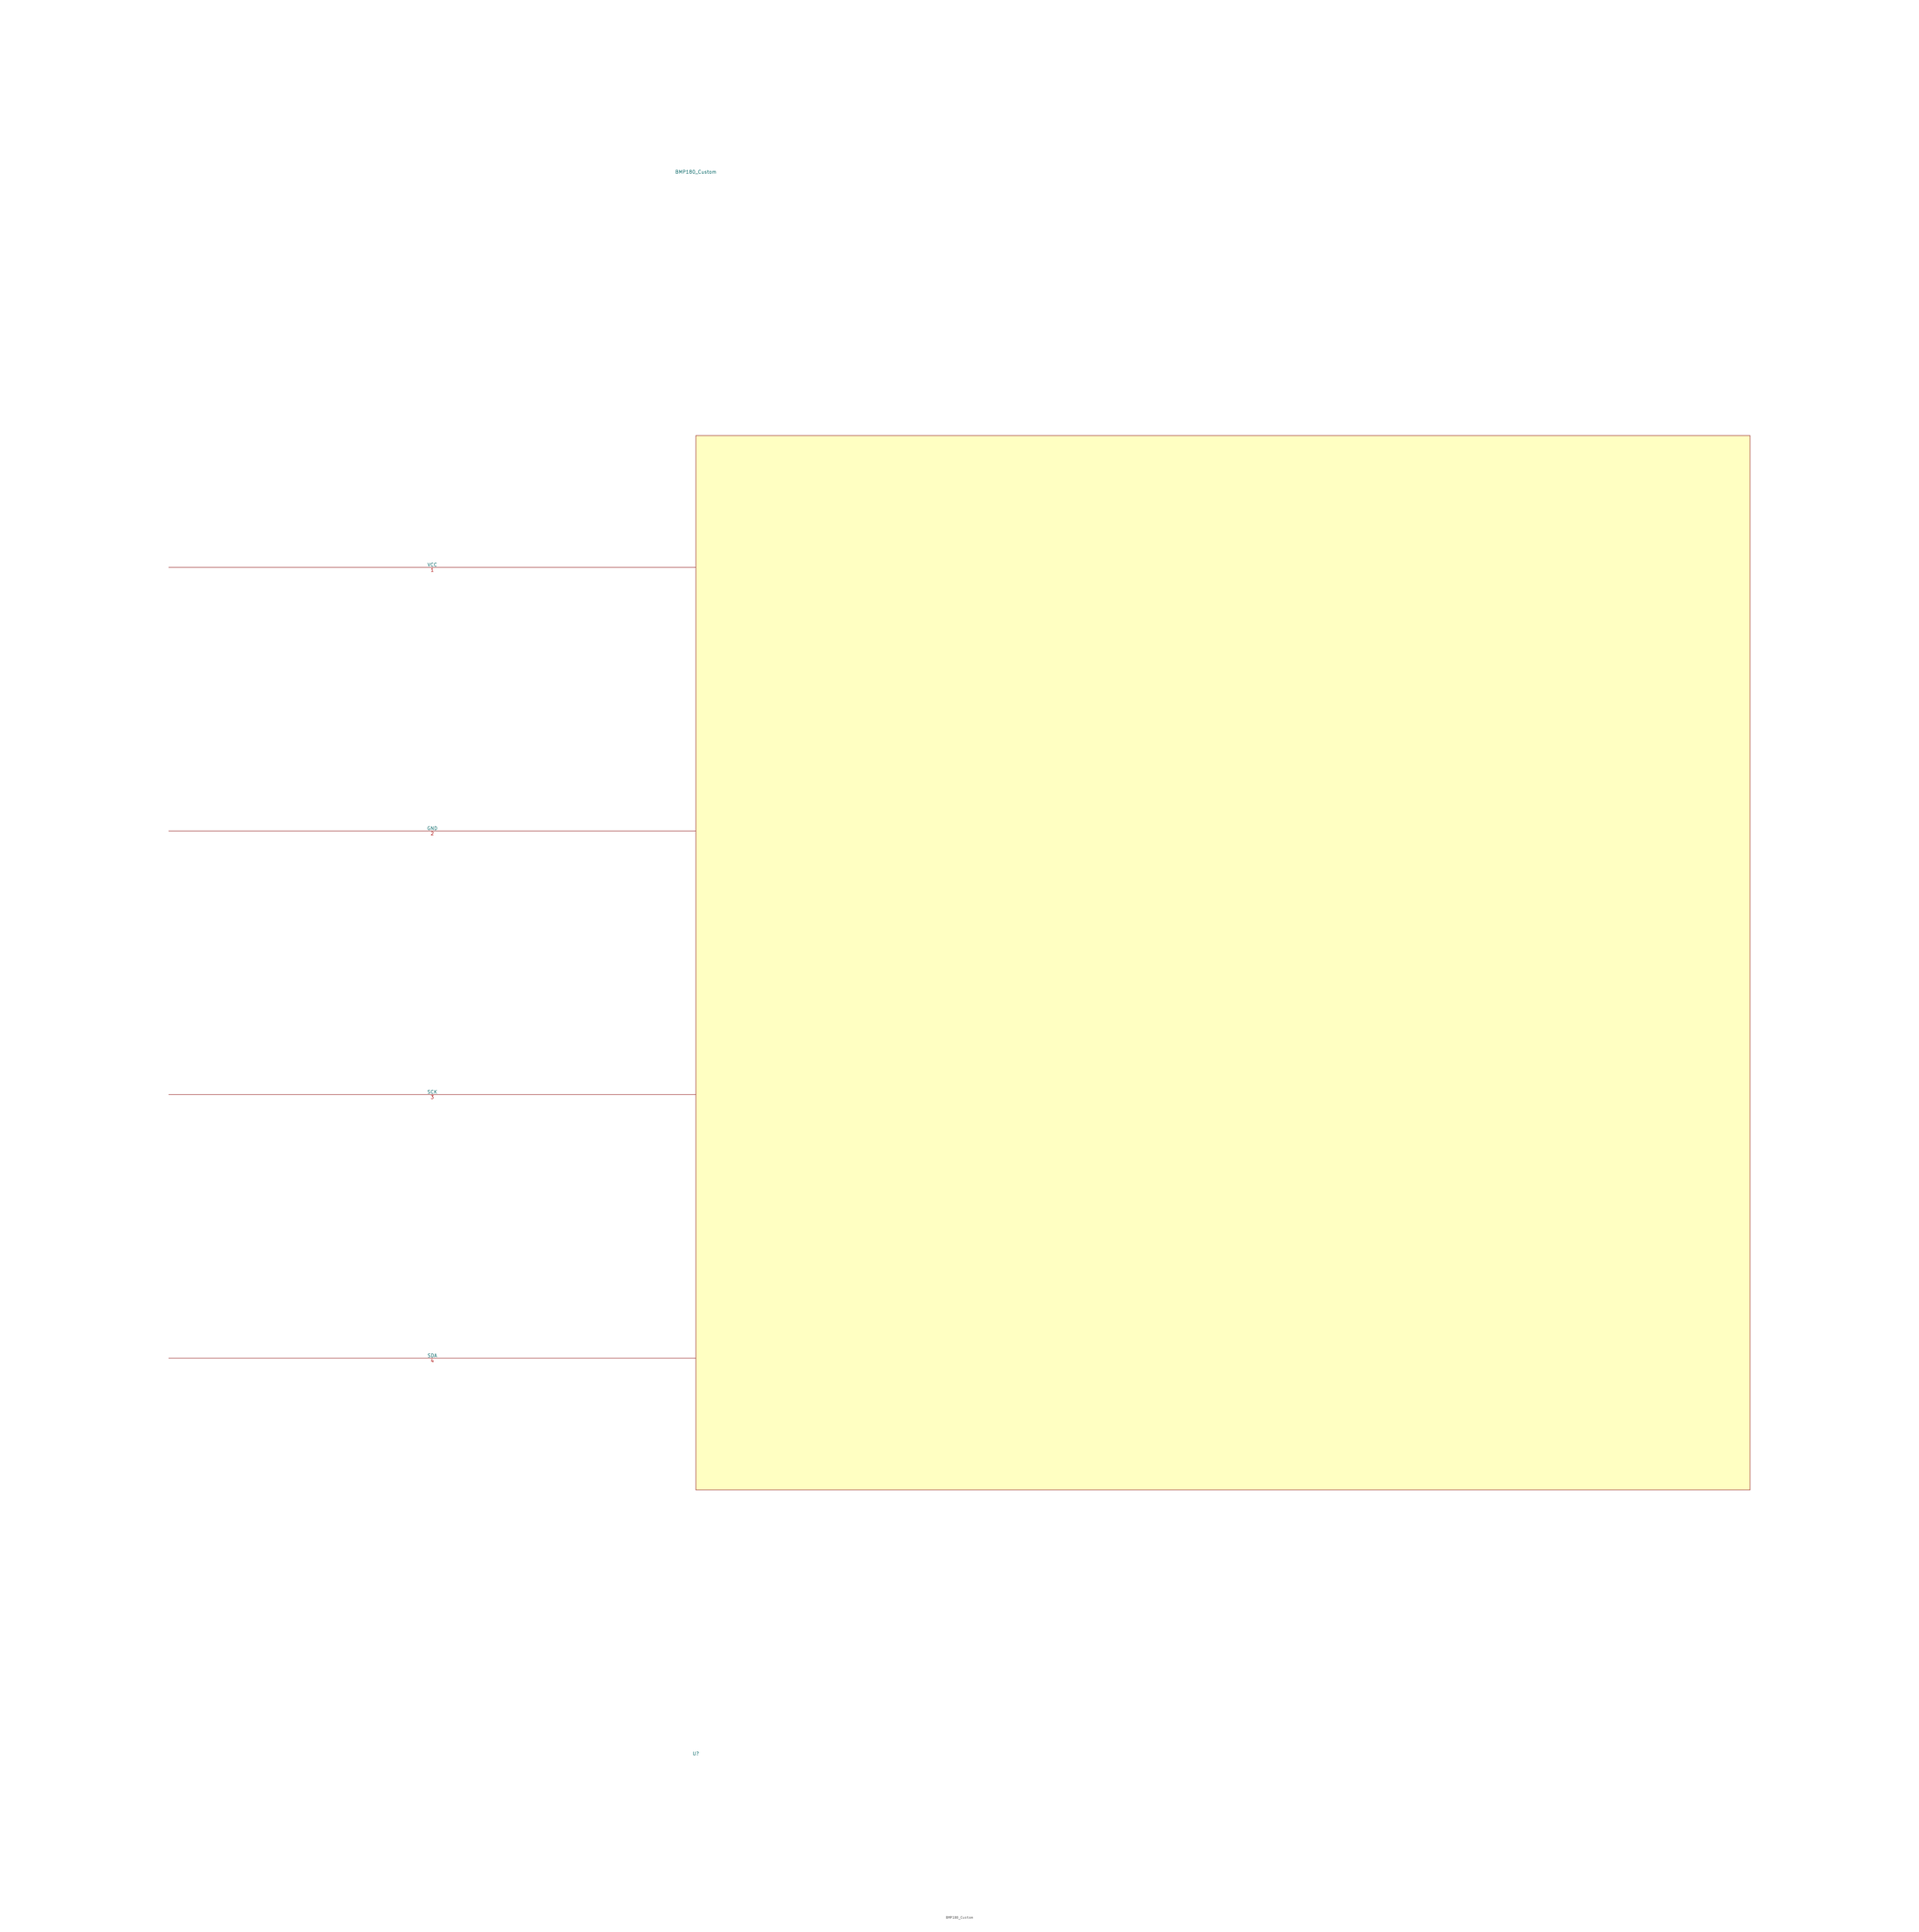
<source format=kicad_sym>
(kicad_symbol_lib
  (version 20211014)
  (generator ChatGPT)
  (symbol "BMP180_Custom"
    (pin_names
      (offset 0))
    (property "Reference" "U"
      (at 0 -300.0 0)
      (effects (font (size 1.27 1.27))))
    (property "Value" "BMP180_Custom"
      (at 0 300.0 0)
      (effects (font (size 1.27 1.27))))
    (property "Footprint" ""
      (at 0 0 0)
      (effects (font (size 1.27 1.27))))
    (property "Datasheet" ""
      (at 0 0 0)
      (effects (font (size 1.27 1.27))))
    (rectangle
      (start 0 200.0)
      (end 400 -200.0)
      (stroke (width 0.15) (type solid))
      (fill (type background)))
    (pin passive line
      (at 0 150.0 180)
      (length 200)
      (name "VCC" (effects (font (size 1.27 1.27))))
      (number "1" (effects (font (size 1.27 1.27)))))
    (pin passive line
      (at 0 50.0 180)
      (length 200)
      (name "GND" (effects (font (size 1.27 1.27))))
      (number "2" (effects (font (size 1.27 1.27)))))
    (pin passive line
      (at 0 -50.0 180)
      (length 200)
      (name "SCK" (effects (font (size 1.27 1.27))))
      (number "3" (effects (font (size 1.27 1.27)))))
    (pin passive line
      (at 0 -150.0 180)
      (length 200)
      (name "SDA" (effects (font (size 1.27 1.27))))
      (number "4" (effects (font (size 1.27 1.27)))))))
</source>
